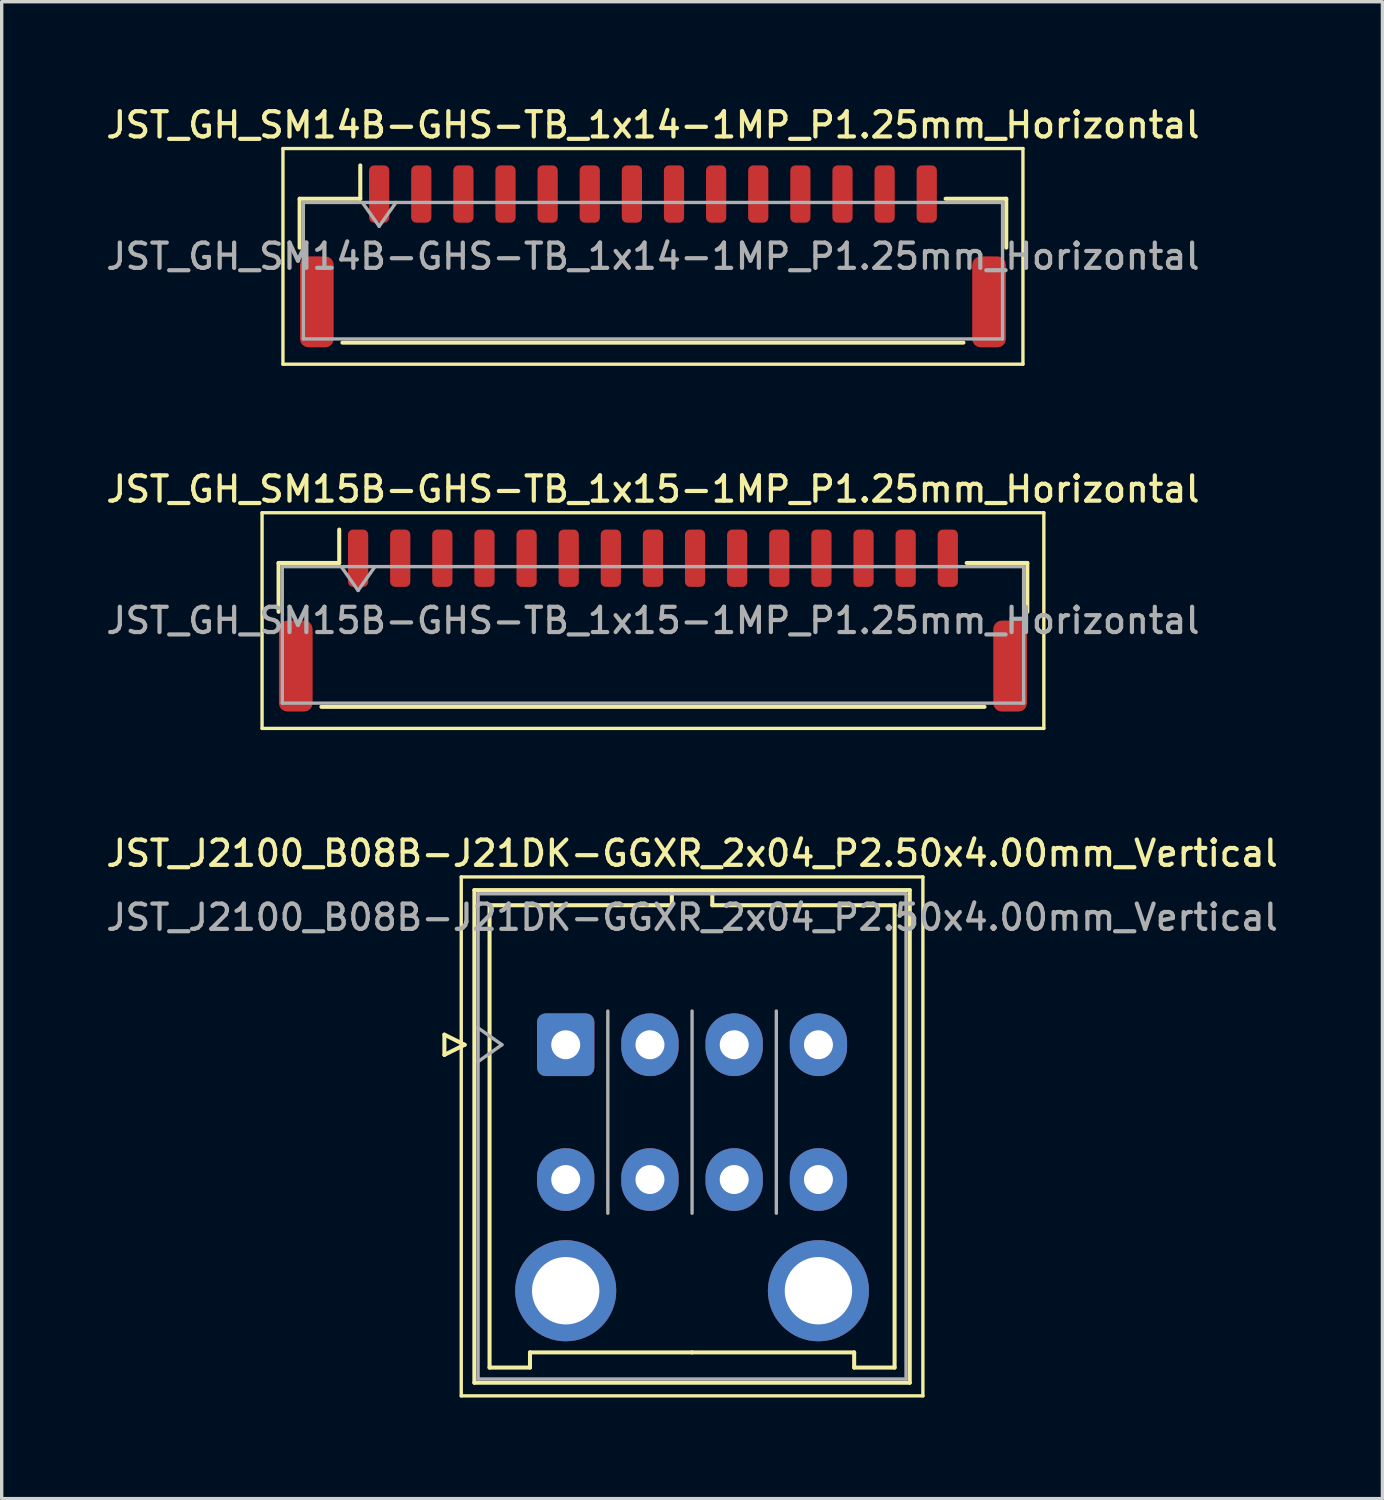
<source format=kicad_pcb>
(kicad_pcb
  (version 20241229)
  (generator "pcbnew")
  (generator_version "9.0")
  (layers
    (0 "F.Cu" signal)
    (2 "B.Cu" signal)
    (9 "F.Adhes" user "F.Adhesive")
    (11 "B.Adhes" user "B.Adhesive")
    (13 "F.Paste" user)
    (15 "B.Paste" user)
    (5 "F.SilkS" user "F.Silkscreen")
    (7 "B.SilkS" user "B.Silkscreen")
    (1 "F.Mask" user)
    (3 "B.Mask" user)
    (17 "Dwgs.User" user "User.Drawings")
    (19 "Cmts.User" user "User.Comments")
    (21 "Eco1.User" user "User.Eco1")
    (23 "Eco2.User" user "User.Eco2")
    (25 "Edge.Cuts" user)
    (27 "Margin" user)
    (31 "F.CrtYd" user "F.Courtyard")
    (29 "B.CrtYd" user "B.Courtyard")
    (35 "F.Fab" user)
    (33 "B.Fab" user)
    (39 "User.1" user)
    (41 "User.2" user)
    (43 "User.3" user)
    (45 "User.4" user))
  (footprint "JST_J2100_B08B-J21DK-GGXR_2x04_P2.50x4.00mm_Vertical"
    (layer "F.Cu")
    (at 13.738 27.954)
    (property "Reference" "JST_J2100_B08B-J21DK-GGXR_2x04_P2.50x4.00mm_Vertical" (at 3.75 -5.68 0) (layer "F.SilkS") (effects (font (size 0.75 0.75) (thickness 0.125))))
    (attr through_hole)
    (fp_line (start -3.6 -0.3) (end -3 0) (stroke (width 0.12) (type solid)) (layer "F.SilkS"))
    (fp_line (start -3.6 0.3) (end -3.6 -0.3) (stroke (width 0.12) (type solid)) (layer "F.SilkS"))
    (fp_line (start -3.1 -4.98) (end -3.1 10.42) (stroke (width 0.1) (type solid)) (layer "F.SilkS"))
    (fp_line (start -3.1 10.42) (end 10.6 10.42) (stroke (width 0.1) (type solid)) (layer "F.SilkS"))
    (fp_line (start -3 0) (end -3.6 0.3) (stroke (width 0.12) (type solid)) (layer "F.SilkS"))
    (fp_line (start -2.71 -4.59) (end -2.71 10.03) (stroke (width 0.12) (type solid)) (layer "F.SilkS"))
    (fp_line (start -2.71 10.03) (end 10.21 10.03) (stroke (width 0.12) (type solid)) (layer "F.SilkS"))
    (fp_line (start -2.26 -4.14) (end -2.26 9.58) (stroke (width 0.12) (type solid)) (layer "F.SilkS"))
    (fp_line (start -2.26 9.58) (end -1.06 9.58) (stroke (width 0.12) (type solid)) (layer "F.SilkS"))
    (fp_line (start -1.06 9.13) (end 3.75 9.13) (stroke (width 0.12) (type solid)) (layer "F.SilkS"))
    (fp_line (start -1.06 9.58) (end -1.06 9.13) (stroke (width 0.12) (type solid)) (layer "F.SilkS"))
    (fp_line (start 3.15 -4.59) (end 3.15 -4.14) (stroke (width 0.12) (type solid)) (layer "F.SilkS"))
    (fp_line (start 3.15 -4.14) (end -2.26 -4.14) (stroke (width 0.12) (type solid)) (layer "F.SilkS"))
    (fp_line (start 4.35 -4.59) (end 4.35 -4.14) (stroke (width 0.12) (type solid)) (layer "F.SilkS"))
    (fp_line (start 4.35 -4.14) (end 9.76 -4.14) (stroke (width 0.12) (type solid)) (layer "F.SilkS"))
    (fp_line (start 8.56 9.13) (end 3.75 9.13) (stroke (width 0.12) (type solid)) (layer "F.SilkS"))
    (fp_line (start 8.56 9.58) (end 8.56 9.13) (stroke (width 0.12) (type solid)) (layer "F.SilkS"))
    (fp_line (start 9.76 -4.14) (end 9.76 9.58) (stroke (width 0.12) (type solid)) (layer "F.SilkS"))
    (fp_line (start 9.76 9.58) (end 8.56 9.58) (stroke (width 0.12) (type solid)) (layer "F.SilkS"))
    (fp_line (start 10.21 -4.59) (end -2.71 -4.59) (stroke (width 0.12) (type solid)) (layer "F.SilkS"))
    (fp_line (start 10.21 10.03) (end 10.21 -4.59) (stroke (width 0.12) (type solid)) (layer "F.SilkS"))
    (fp_line (start 10.6 -4.98) (end -3.1 -4.98) (stroke (width 0.1) (type solid)) (layer "F.SilkS"))
    (fp_line (start 10.6 10.42) (end 10.6 -4.98) (stroke (width 0.1) (type solid)) (layer "F.SilkS"))
    (fp_line (start -2.6 -4.48) (end -2.6 9.92) (stroke (width 0.1) (type solid)) (layer "F.Fab"))
    (fp_line (start -2.6 0.5) (end -1.893 0) (stroke (width 0.1) (type solid)) (layer "F.Fab"))
    (fp_line (start -2.6 9.92) (end 10.1 9.92) (stroke (width 0.1) (type solid)) (layer "F.Fab"))
    (fp_line (start -1.893 0) (end -2.6 -0.5) (stroke (width 0.1) (type solid)) (layer "F.Fab"))
    (fp_line (start 1.25 5) (end 1.25 -1) (stroke (width 0.1) (type solid)) (layer "F.Fab"))
    (fp_line (start 3.75 5) (end 3.75 -1) (stroke (width 0.1) (type solid)) (layer "F.Fab"))
    (fp_line (start 6.25 5) (end 6.25 -1) (stroke (width 0.1) (type solid)) (layer "F.Fab"))
    (fp_line (start 10.1 -4.48) (end -2.6 -4.48) (stroke (width 0.1) (type solid)) (layer "F.Fab"))
    (fp_line (start 10.1 9.92) (end 10.1 -4.48) (stroke (width 0.1) (type solid)) (layer "F.Fab"))
    (fp_text user "${REFERENCE}" (at 3.75 -3.78 0) (layer "F.Fab") (effects (font (size 0.75 0.75) (thickness 0.125))))
    (pad "" thru_hole circle (at 0 7.3) (size 3 3) (drill 2) (layers "*.Cu" "*.Mask"))
    (pad "" thru_hole circle (at 7.5 7.3) (size 3 3) (drill 2) (layers "*.Cu" "*.Mask"))
    (pad "1" thru_hole roundrect (at 0 0) (size 1.7 1.86) (drill 0.86) (layers "*.Cu" "*.Mask") (roundrect_rratio 0.147))
    (pad "2" thru_hole oval (at 2.5 0) (size 1.7 1.86) (drill 0.86) (layers "*.Cu" "*.Mask"))
    (pad "3" thru_hole oval (at 5 0) (size 1.7 1.86) (drill 0.86) (layers "*.Cu" "*.Mask"))
    (pad "4" thru_hole oval (at 7.5 0) (size 1.7 1.86) (drill 0.86) (layers "*.Cu" "*.Mask"))
    (pad "5" thru_hole oval (at 0 4) (size 1.7 1.86) (drill 0.86) (layers "*.Cu" "*.Mask"))
    (pad "6" thru_hole oval (at 2.5 4) (size 1.7 1.86) (drill 0.86) (layers "*.Cu" "*.Mask"))
    (pad "7" thru_hole oval (at 5 4) (size 1.7 1.86) (drill 0.86) (layers "*.Cu" "*.Mask"))
    (pad "8" thru_hole oval (at 7.5 4) (size 1.7 1.86) (drill 0.86) (layers "*.Cu" "*.Mask")))
  (footprint "JST_GH_SM14B-GHS-TB_1x14-1MP_P1.25mm_Horizontal"
    (layer "F.Cu")
    (at 16.327 4.558)
    (property "Reference" "JST_GH_SM14B-GHS-TB_1x14-1MP_P1.25mm_Horizontal" (at 0 -3.9 0) (layer "F.SilkS") (effects (font (size 0.75 0.75) (thickness 0.125))))
    (attr smd)
    (fp_line (start -10.98 -3.2) (end -10.98 3.2) (stroke (width 0.1) (type solid)) (layer "F.SilkS"))
    (fp_line (start -10.98 3.2) (end 10.98 3.2) (stroke (width 0.1) (type solid)) (layer "F.SilkS"))
    (fp_line (start -10.485 -1.71) (end -8.685 -1.71) (stroke (width 0.12) (type solid)) (layer "F.SilkS"))
    (fp_line (start -10.485 -0.26) (end -10.485 -1.71) (stroke (width 0.12) (type solid)) (layer "F.SilkS"))
    (fp_line (start -9.215 2.56) (end 9.215 2.56) (stroke (width 0.12) (type solid)) (layer "F.SilkS"))
    (fp_line (start -8.685 -1.71) (end -8.685 -2.7) (stroke (width 0.12) (type solid)) (layer "F.SilkS"))
    (fp_line (start 10.485 -1.71) (end 8.685 -1.71) (stroke (width 0.12) (type solid)) (layer "F.SilkS"))
    (fp_line (start 10.485 -0.26) (end 10.485 -1.71) (stroke (width 0.12) (type solid)) (layer "F.SilkS"))
    (fp_line (start 10.98 -3.2) (end -10.98 -3.2) (stroke (width 0.1) (type solid)) (layer "F.SilkS"))
    (fp_line (start 10.98 3.2) (end 10.98 -3.2) (stroke (width 0.1) (type solid)) (layer "F.SilkS"))
    (fp_line (start -10.375 -1.6) (end -10.375 2.45) (stroke (width 0.1) (type solid)) (layer "F.Fab"))
    (fp_line (start -10.375 -1.6) (end 10.375 -1.6) (stroke (width 0.1) (type solid)) (layer "F.Fab"))
    (fp_line (start -10.375 2.45) (end 10.375 2.45) (stroke (width 0.1) (type solid)) (layer "F.Fab"))
    (fp_line (start -8.625 -1.6) (end -8.125 -0.893) (stroke (width 0.1) (type solid)) (layer "F.Fab"))
    (fp_line (start -8.125 -0.893) (end -7.625 -1.6) (stroke (width 0.1) (type solid)) (layer "F.Fab"))
    (fp_line (start 10.375 -1.6) (end 10.375 2.45) (stroke (width 0.1) (type solid)) (layer "F.Fab"))
    (fp_text user "${REFERENCE}" (at 0 0 0) (layer "F.Fab") (effects (font (size 0.75 0.75) (thickness 0.125))))
    (pad "1" smd roundrect (at -8.125 -1.85) (size 0.6 1.7) (layers "F.Cu" "F.Mask" "F.Paste") (roundrect_rratio 0.25))
    (pad "2" smd roundrect (at -6.875 -1.85) (size 0.6 1.7) (layers "F.Cu" "F.Mask" "F.Paste") (roundrect_rratio 0.25))
    (pad "3" smd roundrect (at -5.625 -1.85) (size 0.6 1.7) (layers "F.Cu" "F.Mask" "F.Paste") (roundrect_rratio 0.25))
    (pad "4" smd roundrect (at -4.375 -1.85) (size 0.6 1.7) (layers "F.Cu" "F.Mask" "F.Paste") (roundrect_rratio 0.25))
    (pad "5" smd roundrect (at -3.125 -1.85) (size 0.6 1.7) (layers "F.Cu" "F.Mask" "F.Paste") (roundrect_rratio 0.25))
    (pad "6" smd roundrect (at -1.875 -1.85) (size 0.6 1.7) (layers "F.Cu" "F.Mask" "F.Paste") (roundrect_rratio 0.25))
    (pad "7" smd roundrect (at -0.625 -1.85) (size 0.6 1.7) (layers "F.Cu" "F.Mask" "F.Paste") (roundrect_rratio 0.25))
    (pad "8" smd roundrect (at 0.625 -1.85) (size 0.6 1.7) (layers "F.Cu" "F.Mask" "F.Paste") (roundrect_rratio 0.25))
    (pad "9" smd roundrect (at 1.875 -1.85) (size 0.6 1.7) (layers "F.Cu" "F.Mask" "F.Paste") (roundrect_rratio 0.25))
    (pad "10" smd roundrect (at 3.125 -1.85) (size 0.6 1.7) (layers "F.Cu" "F.Mask" "F.Paste") (roundrect_rratio 0.25))
    (pad "11" smd roundrect (at 4.375 -1.85) (size 0.6 1.7) (layers "F.Cu" "F.Mask" "F.Paste") (roundrect_rratio 0.25))
    (pad "12" smd roundrect (at 5.625 -1.85) (size 0.6 1.7) (layers "F.Cu" "F.Mask" "F.Paste") (roundrect_rratio 0.25))
    (pad "13" smd roundrect (at 6.875 -1.85) (size 0.6 1.7) (layers "F.Cu" "F.Mask" "F.Paste") (roundrect_rratio 0.25))
    (pad "14" smd roundrect (at 8.125 -1.85) (size 0.6 1.7) (layers "F.Cu" "F.Mask" "F.Paste") (roundrect_rratio 0.25))
    (pad "MP" smd roundrect (at -9.975 1.35) (size 1 2.7) (layers "F.Cu" "F.Mask" "F.Paste") (roundrect_rratio 0.25))
    (pad "MP" smd roundrect (at 9.975 1.35) (size 1 2.7) (layers "F.Cu" "F.Mask" "F.Paste") (roundrect_rratio 0.25)))
  (footprint "JST_GH_SM15B-GHS-TB_1x15-1MP_P1.25mm_Horizontal"
    (layer "F.Cu")
    (at 16.327 15.366)
    (property "Reference" "JST_GH_SM15B-GHS-TB_1x15-1MP_P1.25mm_Horizontal" (at 0 -3.9 0) (layer "F.SilkS") (effects (font (size 0.75 0.75) (thickness 0.125))))
    (attr smd)
    (fp_line (start -11.6 -3.2) (end -11.6 3.2) (stroke (width 0.1) (type solid)) (layer "F.SilkS"))
    (fp_line (start -11.6 3.2) (end 11.6 3.2) (stroke (width 0.1) (type solid)) (layer "F.SilkS"))
    (fp_line (start -11.11 -1.71) (end -9.31 -1.71) (stroke (width 0.12) (type solid)) (layer "F.SilkS"))
    (fp_line (start -11.11 -0.26) (end -11.11 -1.71) (stroke (width 0.12) (type solid)) (layer "F.SilkS"))
    (fp_line (start -9.84 2.56) (end 9.84 2.56) (stroke (width 0.12) (type solid)) (layer "F.SilkS"))
    (fp_line (start -9.31 -1.71) (end -9.31 -2.7) (stroke (width 0.12) (type solid)) (layer "F.SilkS"))
    (fp_line (start 11.11 -1.71) (end 9.31 -1.71) (stroke (width 0.12) (type solid)) (layer "F.SilkS"))
    (fp_line (start 11.11 -0.26) (end 11.11 -1.71) (stroke (width 0.12) (type solid)) (layer "F.SilkS"))
    (fp_line (start 11.6 -3.2) (end -11.6 -3.2) (stroke (width 0.1) (type solid)) (layer "F.SilkS"))
    (fp_line (start 11.6 3.2) (end 11.6 -3.2) (stroke (width 0.1) (type solid)) (layer "F.SilkS"))
    (fp_line (start -11 -1.6) (end -11 2.45) (stroke (width 0.1) (type solid)) (layer "F.Fab"))
    (fp_line (start -11 -1.6) (end 11 -1.6) (stroke (width 0.1) (type solid)) (layer "F.Fab"))
    (fp_line (start -11 2.45) (end 11 2.45) (stroke (width 0.1) (type solid)) (layer "F.Fab"))
    (fp_line (start -9.25 -1.6) (end -8.75 -0.893) (stroke (width 0.1) (type solid)) (layer "F.Fab"))
    (fp_line (start -8.75 -0.893) (end -8.25 -1.6) (stroke (width 0.1) (type solid)) (layer "F.Fab"))
    (fp_line (start 11 -1.6) (end 11 2.45) (stroke (width 0.1) (type solid)) (layer "F.Fab"))
    (fp_text user "${REFERENCE}" (at 0 0 0) (layer "F.Fab") (effects (font (size 0.75 0.75) (thickness 0.125))))
    (pad "1" smd roundrect (at -8.75 -1.85) (size 0.6 1.7) (layers "F.Cu" "F.Mask" "F.Paste") (roundrect_rratio 0.25))
    (pad "2" smd roundrect (at -7.5 -1.85) (size 0.6 1.7) (layers "F.Cu" "F.Mask" "F.Paste") (roundrect_rratio 0.25))
    (pad "3" smd roundrect (at -6.25 -1.85) (size 0.6 1.7) (layers "F.Cu" "F.Mask" "F.Paste") (roundrect_rratio 0.25))
    (pad "4" smd roundrect (at -5 -1.85) (size 0.6 1.7) (layers "F.Cu" "F.Mask" "F.Paste") (roundrect_rratio 0.25))
    (pad "5" smd roundrect (at -3.75 -1.85) (size 0.6 1.7) (layers "F.Cu" "F.Mask" "F.Paste") (roundrect_rratio 0.25))
    (pad "6" smd roundrect (at -2.5 -1.85) (size 0.6 1.7) (layers "F.Cu" "F.Mask" "F.Paste") (roundrect_rratio 0.25))
    (pad "7" smd roundrect (at -1.25 -1.85) (size 0.6 1.7) (layers "F.Cu" "F.Mask" "F.Paste") (roundrect_rratio 0.25))
    (pad "8" smd roundrect (at 0 -1.85) (size 0.6 1.7) (layers "F.Cu" "F.Mask" "F.Paste") (roundrect_rratio 0.25))
    (pad "9" smd roundrect (at 1.25 -1.85) (size 0.6 1.7) (layers "F.Cu" "F.Mask" "F.Paste") (roundrect_rratio 0.25))
    (pad "10" smd roundrect (at 2.5 -1.85) (size 0.6 1.7) (layers "F.Cu" "F.Mask" "F.Paste") (roundrect_rratio 0.25))
    (pad "11" smd roundrect (at 3.75 -1.85) (size 0.6 1.7) (layers "F.Cu" "F.Mask" "F.Paste") (roundrect_rratio 0.25))
    (pad "12" smd roundrect (at 5 -1.85) (size 0.6 1.7) (layers "F.Cu" "F.Mask" "F.Paste") (roundrect_rratio 0.25))
    (pad "13" smd roundrect (at 6.25 -1.85) (size 0.6 1.7) (layers "F.Cu" "F.Mask" "F.Paste") (roundrect_rratio 0.25))
    (pad "14" smd roundrect (at 7.5 -1.85) (size 0.6 1.7) (layers "F.Cu" "F.Mask" "F.Paste") (roundrect_rratio 0.25))
    (pad "15" smd roundrect (at 8.75 -1.85) (size 0.6 1.7) (layers "F.Cu" "F.Mask" "F.Paste") (roundrect_rratio 0.25))
    (pad "MP" smd roundrect (at -10.6 1.35) (size 1 2.7) (layers "F.Cu" "F.Mask" "F.Paste") (roundrect_rratio 0.25))
    (pad "MP" smd roundrect (at 10.6 1.35) (size 1 2.7) (layers "F.Cu" "F.Mask" "F.Paste") (roundrect_rratio 0.25)))
  (gr_rect
    (start -3 -3)
    (end 37.975 41.424)
    (stroke (width 0.1) (type default))
    (fill no)
    (layer "Edge.Cuts")))
</source>
